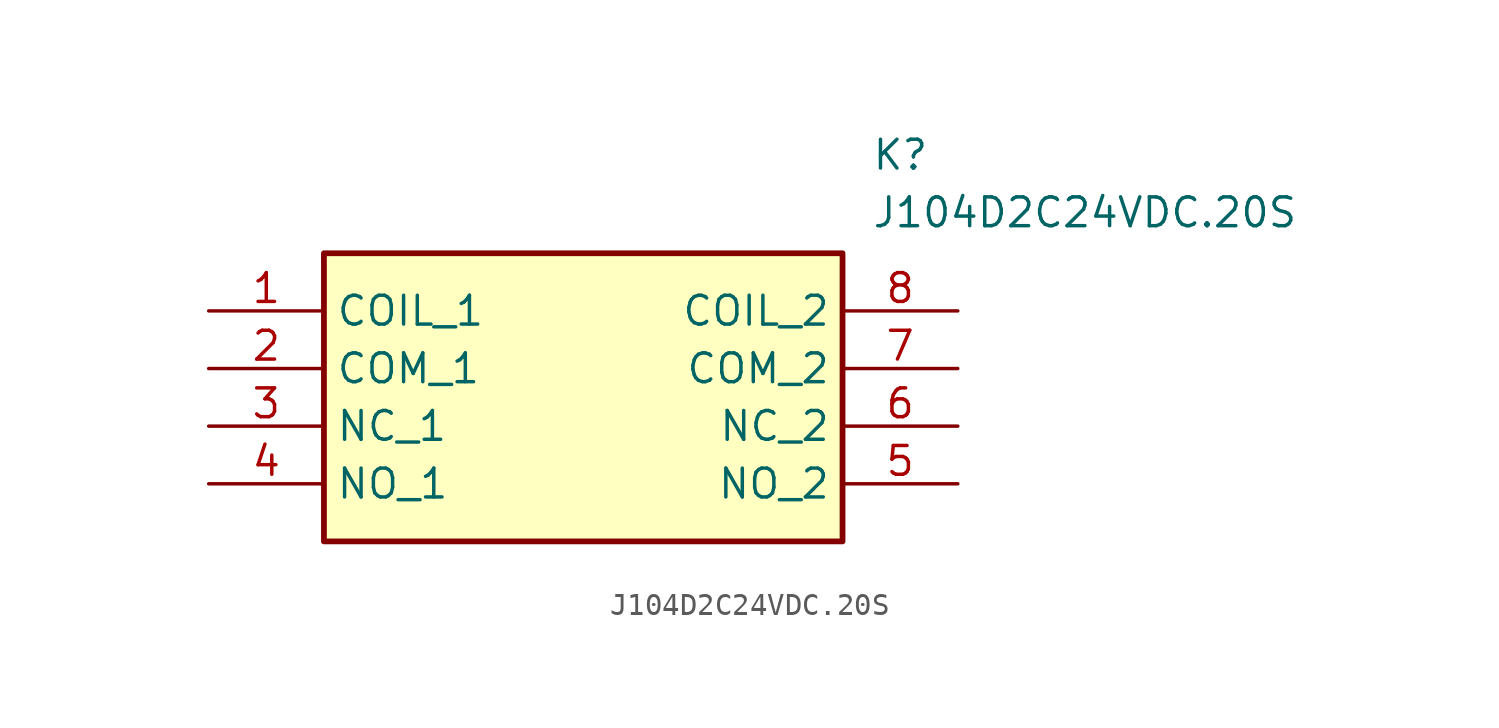
<source format=kicad_sym>
(kicad_symbol_lib
  (version 20211014)
  (generator SamacSys_ECAD_Model)
  (symbol "J104D2C24VDC.20S"
    (property "Reference" "K"
      (at 29.21 7.62 0)
      (effects (font (size 1.27 1.27)) (justify left top)))
    (property "Value" "J104D2C24VDC.20S"
      (at 29.21 5.08 0)
      (effects (font (size 1.27 1.27)) (justify left top)))
    (rectangle
      (start 5.08 2.54)
      (end 27.94 -10.16)
      (stroke (width 0.254) (type default))
      (fill (type background)))
    (pin passive line
      (at 0 0 0)
      (length 5.08)
      (name "COIL_1" (effects (font (size 1.27 1.27))))
      (number "1" (effects (font (size 1.27 1.27)))))
    (pin passive line
      (at 0 -2.54 0)
      (length 5.08)
      (name "COM_1" (effects (font (size 1.27 1.27))))
      (number "2" (effects (font (size 1.27 1.27)))))
    (pin passive line
      (at 0 -5.08 0)
      (length 5.08)
      (name "NC_1" (effects (font (size 1.27 1.27))))
      (number "3" (effects (font (size 1.27 1.27)))))
    (pin passive line
      (at 0 -7.62 0)
      (length 5.08)
      (name "NO_1" (effects (font (size 1.27 1.27))))
      (number "4" (effects (font (size 1.27 1.27)))))
    (pin passive line
      (at 33.02 -7.62 180)
      (length 5.08)
      (name "NO_2" (effects (font (size 1.27 1.27))))
      (number "5" (effects (font (size 1.27 1.27)))))
    (pin passive line
      (at 33.02 -5.08 180)
      (length 5.08)
      (name "NC_2" (effects (font (size 1.27 1.27))))
      (number "6" (effects (font (size 1.27 1.27)))))
    (pin passive line
      (at 33.02 -2.54 180)
      (length 5.08)
      (name "COM_2" (effects (font (size 1.27 1.27))))
      (number "7" (effects (font (size 1.27 1.27)))))
    (pin passive line
      (at 33.02 0 180)
      (length 5.08)
      (name "COIL_2" (effects (font (size 1.27 1.27))))
      (number "8" (effects (font (size 1.27 1.27)))))))
</source>
